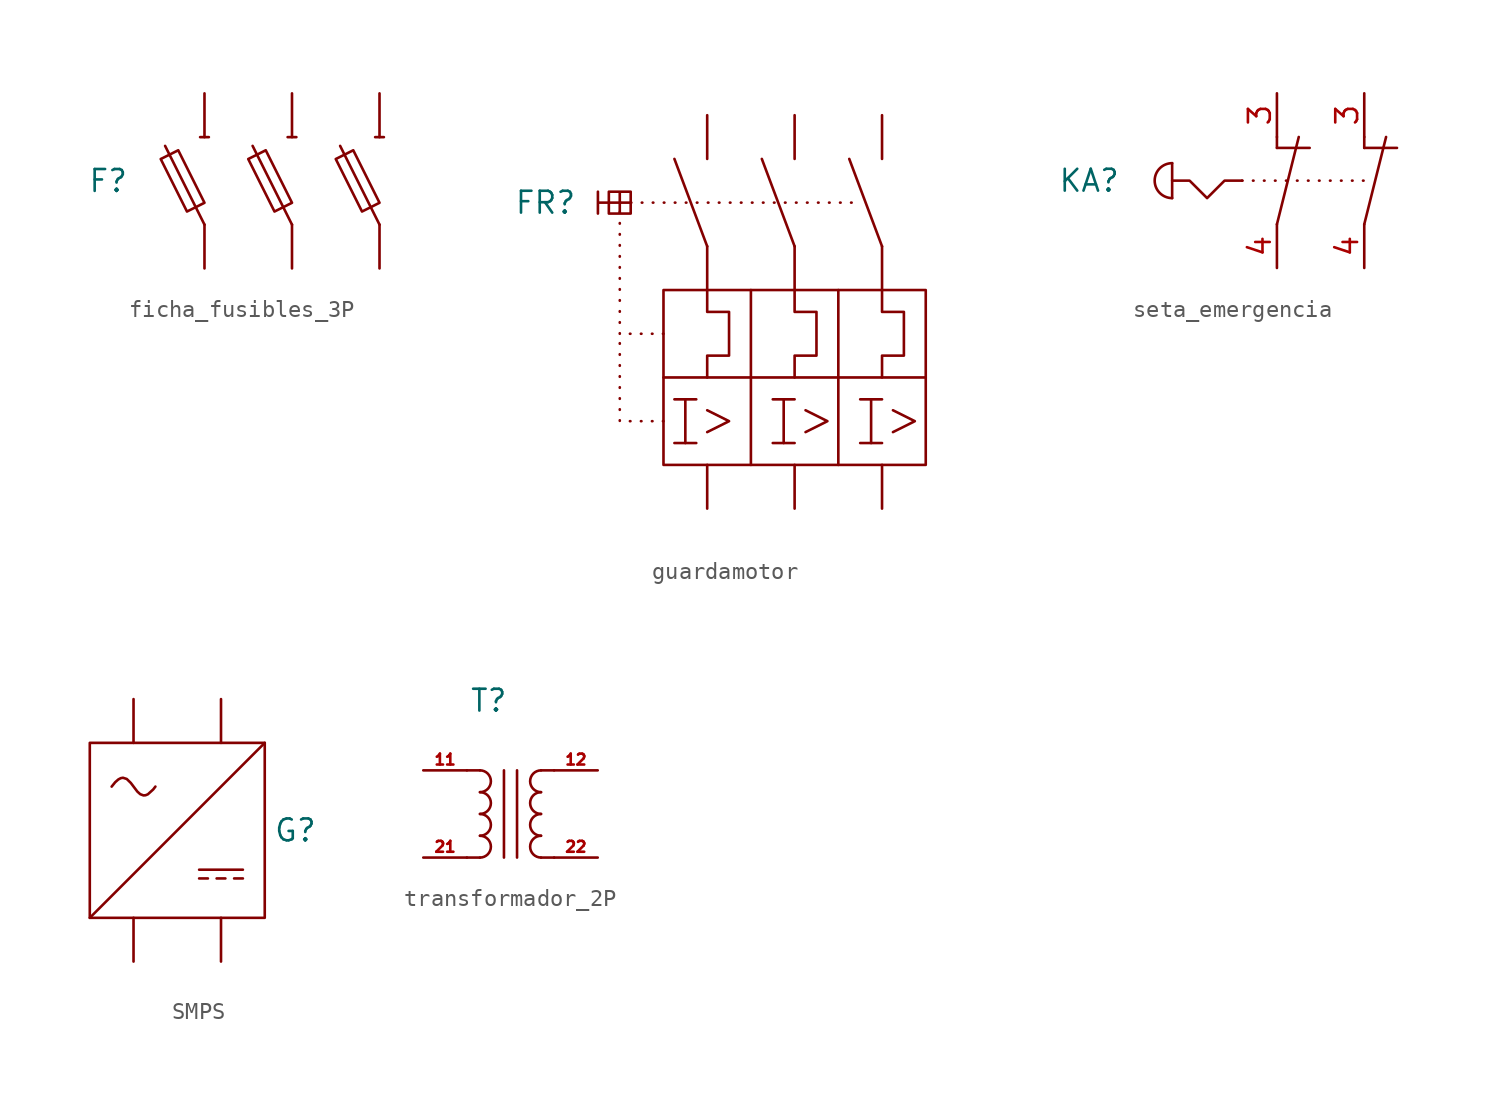
<source format=kicad_sym>
(kicad_symbol_lib
  (version 20241209)
  (generator "kicad_symbol_editor")
  (generator_version "9.0")
  (symbol "ficha_fusibles_3P"
    (property "Reference" "F"
      (at -10.668 0 0)
      (effects (font (size 1.27 1.27))))
    (property "Value" ""
      (at 0 0 0)
      (effects (font (size 1.27 1.27))))
    (symbol "ficha_fusibles_3P_0_1"
      (polyline (pts (xy -7.62 1.27) (xy -6.604 1.778) (xy -5.08 -1.27) (xy -6.096 -1.778) (xy -7.62 1.27)) (stroke (width 0) (type default)) (fill (type none)))
      (polyline (pts (xy -5.334 2.54) (xy -4.826 2.54)) (stroke (width 0) (type default)) (fill (type none)))
      (polyline (pts (xy -5.08 -2.54) (xy -7.366 2.032)) (stroke (width 0) (type default)) (fill (type none)))
      (polyline (pts (xy -2.54 1.27) (xy -1.524 1.778) (xy 0 -1.27) (xy -1.016 -1.778) (xy -2.54 1.27)) (stroke (width 0) (type default)) (fill (type none)))
      (polyline (pts (xy -0.254 2.54) (xy 0.254 2.54)) (stroke (width 0) (type default)) (fill (type none)))
      (polyline (pts (xy 0 -2.54) (xy -2.286 2.032)) (stroke (width 0) (type default)) (fill (type none)))
      (polyline (pts (xy 2.54 1.27) (xy 3.556 1.778) (xy 5.08 -1.27) (xy 4.064 -1.778) (xy 2.54 1.27)) (stroke (width 0) (type default)) (fill (type none)))
      (polyline (pts (xy 4.826 2.54) (xy 5.334 2.54)) (stroke (width 0) (type default)) (fill (type none)))
      (polyline (pts (xy 5.08 -2.54) (xy 2.794 2.032)) (stroke (width 0) (type default)) (fill (type none))))
    (symbol "ficha_fusibles_3P_1_1"
      (pin input line (at -5.08 5.08 270) (length 2.54) (name "" (effects (font (size 1.27 1.27)))) (number "" (effects (font (size 1.27 1.27)))))
      (pin output line (at -5.08 -5.08 90) (length 2.54) (name "" (effects (font (size 1.27 1.27)))) (number "" (effects (font (size 1.27 1.27)))))
      (pin input line (at 0 5.08 270) (length 2.54) (name "" (effects (font (size 1.27 1.27)))) (number "" (effects (font (size 1.27 1.27)))))
      (pin output line (at 0 -5.08 90) (length 2.54) (name "" (effects (font (size 1.27 1.27)))) (number "" (effects (font (size 1.27 1.27)))))
      (pin input line (at 5.08 5.08 270) (length 2.54) (name "" (effects (font (size 1.27 1.27)))) (number "" (effects (font (size 1.27 1.27)))))
      (pin output line (at 5.08 -5.08 90) (length 2.54) (name "" (effects (font (size 1.27 1.27)))) (number "" (effects (font (size 1.27 1.27)))))))
  (symbol "guardamotor"
    (property "Reference" "FR"
      (at -14.478 10.16 0)
      (effects (font (size 1.27 1.27))))
    (property "Value" ""
      (at 0 0 0)
      (effects (font (size 1.27 1.27))))
    (symbol "guardamotor_0_1"
      (polyline (pts (xy -7.62 5.08) (xy 7.62 5.08) (xy 7.62 0) (xy -7.62 0) (xy -7.62 5.08)) (stroke (width 0) (type default)) (fill (type none)))
      (polyline (pts (xy -7.62 0) (xy -7.62 -5.08) (xy 7.62 -5.08) (xy 7.62 0)) (stroke (width 0) (type default)) (fill (type none)))
      (polyline (pts (xy -6.985 -1.27) (xy -5.715 -1.27)) (stroke (width 0) (type default)) (fill (type none)))
      (polyline (pts (xy -6.985 -3.81) (xy -5.715 -3.81)) (stroke (width 0) (type default)) (fill (type none)))
      (polyline (pts (xy -6.35 -1.27) (xy -6.35 -3.81)) (stroke (width 0) (type default)) (fill (type none)))
      (polyline (pts (xy -5.08 7.62) (xy -6.985 12.7)) (stroke (width 0) (type default)) (fill (type none)))
      (polyline (pts (xy -5.08 7.62) (xy -5.08 5.08)) (stroke (width 0) (type default)) (fill (type none)))
      (polyline (pts (xy -5.08 5.08) (xy -5.08 3.81) (xy -3.81 3.81) (xy -3.81 1.27) (xy -5.08 1.27) (xy -5.08 0)) (stroke (width 0) (type default)) (fill (type none)))
      (polyline (pts (xy -5.08 -1.905) (xy -3.81 -2.54) (xy -5.08 -3.175)) (stroke (width 0) (type default)) (fill (type none)))
      (polyline (pts (xy -2.54 5.08) (xy -2.54 0)) (stroke (width 0) (type default)) (fill (type none)))
      (polyline (pts (xy -2.54 0) (xy -2.54 -5.08)) (stroke (width 0) (type default)) (fill (type none)))
      (polyline (pts (xy -1.27 -1.27) (xy 0 -1.27)) (stroke (width 0) (type default)) (fill (type none)))
      (polyline (pts (xy -1.27 -3.81) (xy 0 -3.81)) (stroke (width 0) (type default)) (fill (type none)))
      (polyline (pts (xy -0.635 -1.27) (xy -0.635 -3.81)) (stroke (width 0) (type default)) (fill (type none)))
      (polyline (pts (xy 0 7.62) (xy -1.905 12.7)) (stroke (width 0) (type default)) (fill (type none)))
      (polyline (pts (xy 0 7.62) (xy 0 5.08)) (stroke (width 0) (type default)) (fill (type none)))
      (polyline (pts (xy 0 5.08) (xy 0 3.81) (xy 1.27 3.81) (xy 1.27 1.27) (xy 0 1.27) (xy 0 0)) (stroke (width 0) (type default)) (fill (type none)))
      (polyline (pts (xy 0.635 -1.905) (xy 1.905 -2.54) (xy 0.635 -3.175)) (stroke (width 0) (type default)) (fill (type none)))
      (polyline (pts (xy 2.54 5.08) (xy 2.54 0)) (stroke (width 0) (type default)) (fill (type none)))
      (polyline (pts (xy 2.54 0) (xy 2.54 -5.08)) (stroke (width 0) (type default)) (fill (type none)))
      (polyline (pts (xy 3.81 -1.27) (xy 5.08 -1.27)) (stroke (width 0) (type default)) (fill (type none)))
      (polyline (pts (xy 3.81 -3.81) (xy 5.08 -3.81)) (stroke (width 0) (type default)) (fill (type none)))
      (polyline (pts (xy 4.445 -1.27) (xy 4.445 -3.81)) (stroke (width 0) (type default)) (fill (type none)))
      (polyline (pts (xy 5.08 7.62) (xy 3.175 12.7)) (stroke (width 0) (type default)) (fill (type none)))
      (polyline (pts (xy 5.08 7.62) (xy 5.08 5.08)) (stroke (width 0) (type default)) (fill (type none)))
      (polyline (pts (xy 5.08 5.08) (xy 5.08 3.81) (xy 6.35 3.81) (xy 6.35 1.27) (xy 5.08 1.27) (xy 5.08 0)) (stroke (width 0) (type default)) (fill (type none)))
      (polyline (pts (xy 5.715 -1.905) (xy 6.985 -2.54) (xy 5.715 -3.175)) (stroke (width 0) (type default)) (fill (type none))))
    (symbol "guardamotor_1_1"
      (polyline (pts (xy -10.795 10.795) (xy -10.795 9.525) (xy -9.525 9.525) (xy -9.525 10.795) (xy -10.795 10.795) (xy -10.16 10.795) (xy -10.16 9.525)) (stroke (width 0) (type default)) (fill (type none)))
      (polyline (pts (xy -10.795 10.16) (xy -11.43 10.16) (xy -11.43 10.795) (xy -11.43 9.525)) (stroke (width 0) (type default)) (fill (type none)))
      (polyline (pts (xy -10.16 10.16) (xy 3.81 10.16)) (stroke (width 0) (type dot)) (fill (type none)))
      (polyline (pts (xy -10.16 2.54) (xy -10.16 10.16)) (stroke (width 0) (type dot)) (fill (type none)))
      (polyline (pts (xy -9.525 10.16) (xy -10.795 10.16)) (stroke (width 0) (type default)) (fill (type none)))
      (polyline (pts (xy -7.62 2.54) (xy -10.16 2.54)) (stroke (width 0) (type dot)) (fill (type none)))
      (polyline (pts (xy -7.62 -2.54) (xy -10.16 -2.54) (xy -10.16 2.54)) (stroke (width 0) (type dot)) (fill (type none)))
      (pin input line (at -5.08 15.24 270) (length 2.54) (name "" (effects (font (size 1.27 1.27)))) (number "" (effects (font (size 1.27 1.27)))))
      (pin output line (at -5.08 -7.62 90) (length 2.54) (name "" (effects (font (size 1.27 1.27)))) (number "" (effects (font (size 1.27 1.27)))))
      (pin input line (at 0 15.24 270) (length 2.54) (name "" (effects (font (size 1.27 1.27)))) (number "" (effects (font (size 1.27 1.27)))))
      (pin output line (at 0 -7.62 90) (length 2.54) (name "" (effects (font (size 1.27 1.27)))) (number "" (effects (font (size 1.27 1.27)))))
      (pin input line (at 5.08 15.24 270) (length 2.54) (name "" (effects (font (size 1.27 1.27)))) (number "" (effects (font (size 1.27 1.27)))))
      (pin output line (at 5.08 -7.62 90) (length 2.54) (name "" (effects (font (size 1.27 1.27)))) (number "" (effects (font (size 1.27 1.27)))))))
  (symbol "seta_emergencia"
    (property "Reference" "KA"
      (at -13.462 0 0)
      (effects (font (size 1.27 1.27))))
    (property "Value" ""
      (at 0 0 0)
      (effects (font (size 1.27 1.27))))
    (symbol "seta_emergencia_0_1"
      (polyline (pts (xy -8.636 1.016) (xy -8.636 -1.016)) (stroke (width 0) (type default)) (fill (type none)))
      (arc (start -8.636 -1.016) (mid -9.652 0) (end -8.636 1.016) (stroke (width 0) (type default)) (fill (type none)))
      (polyline (pts (xy -4.572 0) (xy -5.588 0) (xy -6.604 -1.016) (xy -7.62 0) (xy -8.636 0)) (stroke (width 0) (type default)) (fill (type none)))
      (polyline (pts (xy -2.54 1.905) (xy -2.54 2.54)) (stroke (width 0) (type default)) (fill (type none)))
      (polyline (pts (xy -2.54 -2.54) (xy -1.27 2.54)) (stroke (width 0) (type default)) (fill (type none)))
      (polyline (pts (xy -0.635 1.905) (xy -2.54 1.905)) (stroke (width 0) (type default)) (fill (type none)))
      (polyline (pts (xy 2.54 1.905) (xy 2.54 2.54)) (stroke (width 0) (type default)) (fill (type none)))
      (polyline (pts (xy 2.54 -2.54) (xy 3.81 2.54)) (stroke (width 0) (type default)) (fill (type none)))
      (polyline (pts (xy 4.445 1.905) (xy 2.54 1.905)) (stroke (width 0) (type default)) (fill (type none))))
    (symbol "seta_emergencia_1_1"
      (polyline (pts (xy -4.572 0) (xy 3.048 0)) (stroke (width 0) (type dot)) (fill (type none)))
      (pin input line (at -2.54 5.08 270) (length 2.54) (name "" (effects (font (size 1.27 1.27)))) (number "3" (effects (font (size 1.27 1.27)))))
      (pin output line (at -2.54 -5.08 90) (length 2.54) (name "" (effects (font (size 1.27 1.27)))) (number "4" (effects (font (size 1.27 1.27)))))
      (pin input line (at 2.54 5.08 270) (length 2.54) (name "" (effects (font (size 1.27 1.27)))) (number "3" (effects (font (size 1.27 1.27)))))
      (pin output line (at 2.54 -5.08 90) (length 2.54) (name "" (effects (font (size 1.27 1.27)))) (number "4" (effects (font (size 1.27 1.27)))))))
  (symbol "SMPS"
    (property "Reference" "G"
      (at 6.858 0 0)
      (effects (font (size 1.27 1.27))))
    (property "Value" ""
      (at 0 0 0)
      (effects (font (size 1.27 1.27))))
    (symbol "SMPS_0_1"
      (rectangle (start -5.08 5.08) (end 5.08 -5.08) (stroke (width 0) (type default)) (fill (type none)))
      (bezier (pts (xy -3.81 2.54) (xy -2.54 4.318) (xy -2.54 0.762) (xy -1.27 2.54)) (stroke (width 0) (type default)) (fill (type none)))
      (polyline (pts (xy 1.27 -2.286) (xy 3.81 -2.286)) (stroke (width 0) (type default)) (fill (type none)))
      (polyline (pts (xy 1.27 -2.794) (xy 1.778 -2.794)) (stroke (width 0) (type default)) (fill (type none)))
      (polyline (pts (xy 2.794 -2.794) (xy 2.286 -2.794)) (stroke (width 0) (type default)) (fill (type none)))
      (polyline (pts (xy 3.81 -2.794) (xy 3.302 -2.794)) (stroke (width 0) (type default)) (fill (type none)))
      (polyline (pts (xy 5.08 5.08) (xy -5.08 -5.08)) (stroke (width 0) (type default)) (fill (type none))))
    (symbol "SMPS_1_1"
      (pin input line (at -2.54 7.62 270) (length 2.54) (name "" (effects (font (size 1.27 1.27)))) (number "" (effects (font (size 1.27 1.27)))))
      (pin output line (at -2.54 -7.62 90) (length 2.54) (name "" (effects (font (size 1.27 1.27)))) (number "" (effects (font (size 1.27 1.27)))))
      (pin input line (at 2.54 7.62 270) (length 2.54) (name "" (effects (font (size 1.27 1.27)))) (number "" (effects (font (size 1.27 1.27)))))
      (pin output line (at 2.54 -7.62 90) (length 2.54) (name "" (effects (font (size 1.27 1.27)))) (number "" (effects (font (size 1.27 1.27)))))))
  (symbol "transformador_2P"
    (property "Reference" "T"
      (at -1.27 9.144 0)
      (effects (font (size 1.27 1.27))))
    (property "Value" ""
      (at 0 0 0)
      (effects (font (size 1.27 1.27))))
    (symbol "transformador_2P_0_1"
      (polyline (pts (xy -2.54 5.08) (xy -1.778 5.08)) (stroke (width 0) (type default)) (fill (type none)))
      (polyline (pts (xy -2.54 0) (xy -1.778 0)) (stroke (width 0) (type default)) (fill (type none)))
      (arc (start -1.778 5.08) (mid -1.143 4.445) (end -1.778 3.81) (stroke (width 0) (type default)) (fill (type none)))
      (arc (start -1.778 3.81) (mid -1.143 3.175) (end -1.778 2.54) (stroke (width 0) (type default)) (fill (type none)))
      (arc (start -1.778 2.54) (mid -1.143 1.905) (end -1.778 1.27) (stroke (width 0) (type default)) (fill (type none)))
      (arc (start -1.778 1.27) (mid -1.143 0.635) (end -1.778 0) (stroke (width 0) (type default)) (fill (type none)))
      (polyline (pts (xy -0.381 5.08) (xy -0.381 0)) (stroke (width 0) (type default)) (fill (type none)))
      (polyline (pts (xy 0.381 5.08) (xy 0.381 0)) (stroke (width 0) (type default)) (fill (type none)))
      (arc (start 1.778 3.81) (mid 1.143 4.445) (end 1.778 5.08) (stroke (width 0) (type default)) (fill (type none)))
      (arc (start 1.778 2.54) (mid 1.143 3.175) (end 1.778 3.81) (stroke (width 0) (type default)) (fill (type none)))
      (arc (start 1.778 1.27) (mid 1.143 1.905) (end 1.778 2.54) (stroke (width 0) (type default)) (fill (type none)))
      (arc (start 1.778 0) (mid 1.143 0.635) (end 1.778 1.27) (stroke (width 0) (type default)) (fill (type none)))
      (polyline (pts (xy 2.54 5.08) (xy 1.778 5.08)) (stroke (width 0) (type default)) (fill (type none)))
      (polyline (pts (xy 2.54 0) (xy 1.778 0)) (stroke (width 0) (type default)) (fill (type none))))
    (symbol "transformador_2P_1_1"
      (pin input line (at -5.08 5.08 0) (length 2.54) (name "" (effects (font (size 1.27 1.27)))) (number "11" (effects (font (size 0.635 0.635)))))
      (pin input line (at -5.08 0 0) (length 2.54) (name "" (effects (font (size 1.27 1.27)))) (number "21" (effects (font (size 0.635 0.635)))))
      (pin output line (at 5.08 5.08 180) (length 2.54) (name "" (effects (font (size 1.27 1.27)))) (number "12" (effects (font (size 0.635 0.635)))))
      (pin output line (at 5.08 0 180) (length 2.54) (name "" (effects (font (size 1.27 1.27)))) (number "22" (effects (font (size 0.635 0.635))))))))
</source>
